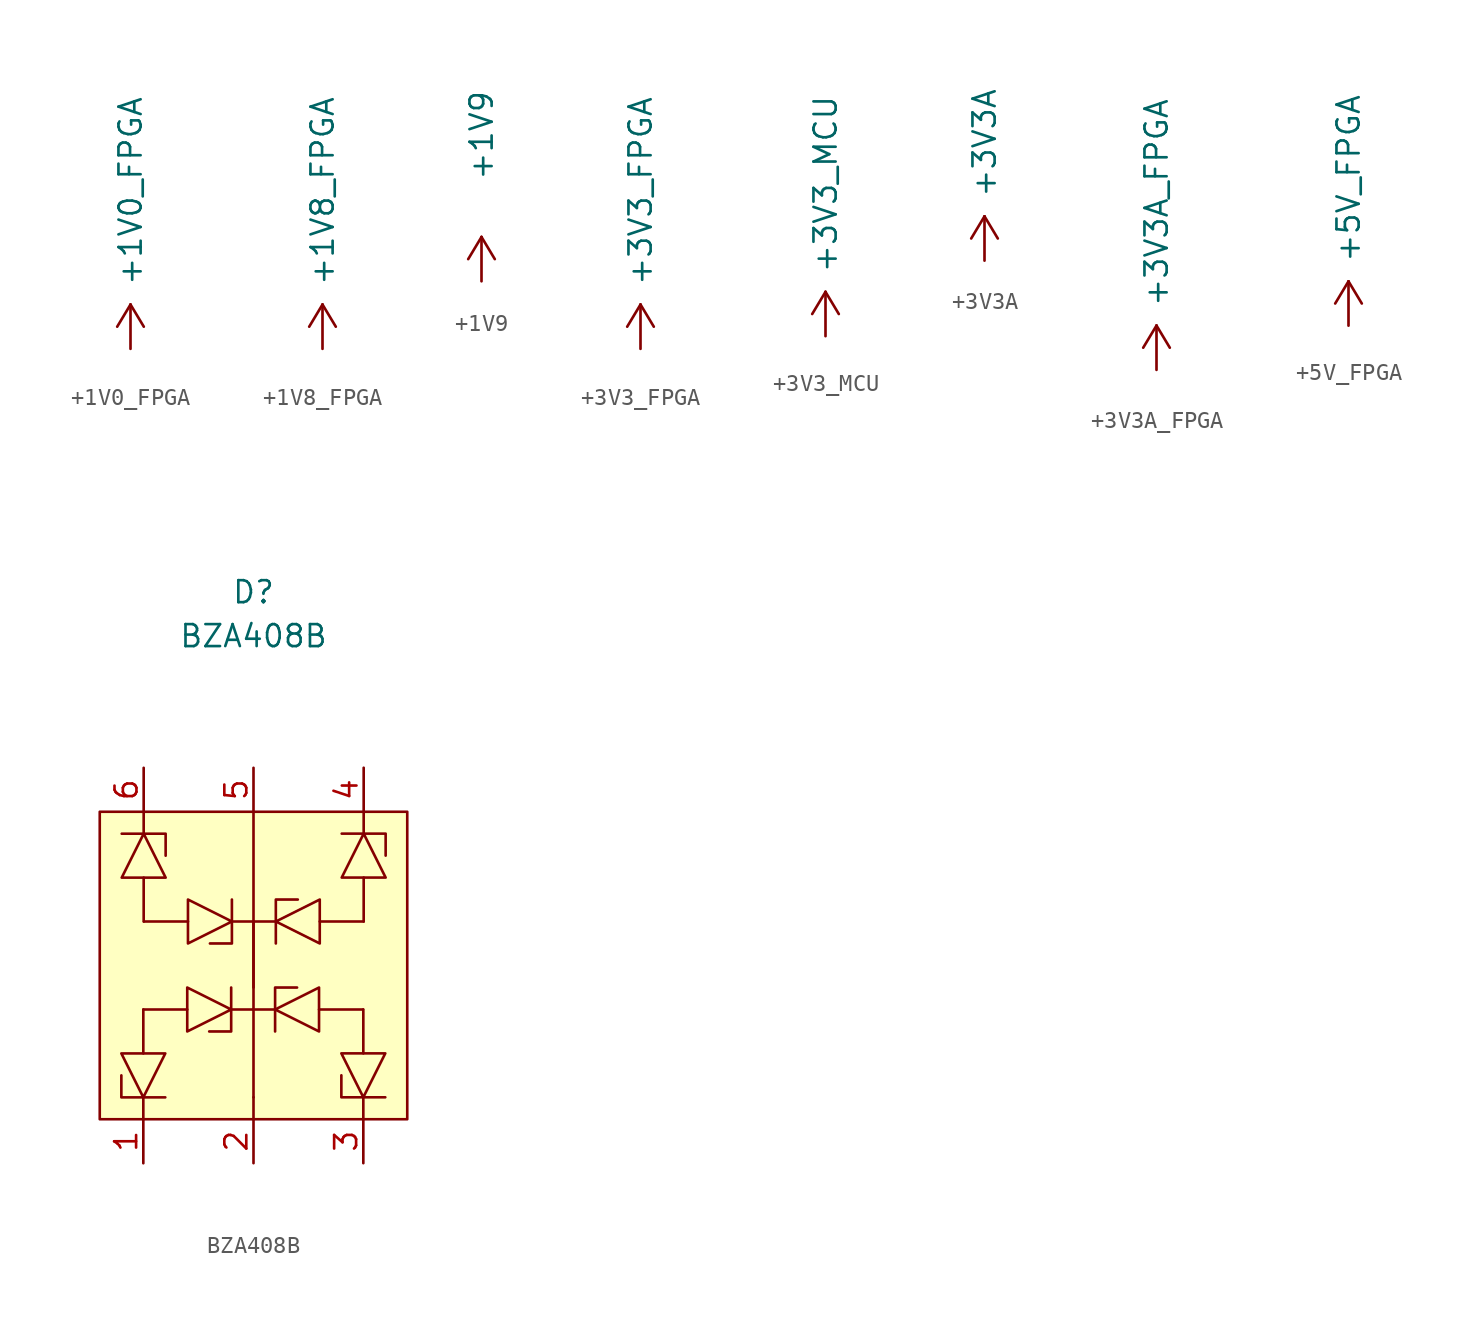
<source format=kicad_sym>
(kicad_symbol_lib
  (version 20211014)
  (generator kicad_symbol_editor)
  (symbol "+1V0_FPGA"
    (power)
    (pin_names
      (offset 0))
    (property "Reference" "#PWR"
      (at 0 -3.81 0)
      (effects (font (size 1.27 1.27)) hide))
    (property "Value" "+1V0_FPGA"
      (at 0 3.556 90)
      (effects (font (size 1.27 1.27)) (justify left)))
    (symbol "+1V0_FPGA_0_1"
      (polyline (pts (xy -0.762 1.27) (xy 0 2.54)) (stroke (width 0) (type default) (color 0 0 0 0)) (fill (type none)))
      (polyline (pts (xy 0 0) (xy 0 2.54)) (stroke (width 0) (type default) (color 0 0 0 0)) (fill (type none)))
      (polyline (pts (xy 0 2.54) (xy 0.762 1.27)) (stroke (width 0) (type default) (color 0 0 0 0)) (fill (type none))))
    (symbol "+1V0_FPGA_1_1"
      (pin power_in line (at 0 0 90) (length 0) hide (name "+1V0_FPGA" (effects (font (size 1.27 1.27)))) (number "1" (effects (font (size 1.27 1.27)))))))
  (symbol "+1V8_FPGA"
    (power)
    (pin_names
      (offset 0))
    (property "Reference" "#PWR"
      (at 0 -3.81 0)
      (effects (font (size 1.27 1.27)) hide))
    (property "Value" "+1V8_FPGA"
      (at 0 3.556 90)
      (effects (font (size 1.27 1.27)) (justify left)))
    (symbol "+1V8_FPGA_0_1"
      (polyline (pts (xy -0.762 1.27) (xy 0 2.54)) (stroke (width 0) (type default) (color 0 0 0 0)) (fill (type none)))
      (polyline (pts (xy 0 0) (xy 0 2.54)) (stroke (width 0) (type default) (color 0 0 0 0)) (fill (type none)))
      (polyline (pts (xy 0 2.54) (xy 0.762 1.27)) (stroke (width 0) (type default) (color 0 0 0 0)) (fill (type none))))
    (symbol "+1V8_FPGA_1_1"
      (pin power_in line (at 0 0 90) (length 0) hide (name "+1V8_FPGA" (effects (font (size 1.27 1.27)))) (number "1" (effects (font (size 1.27 1.27)))))))
  (symbol "+1V9"
    (power)
    (pin_names
      (offset 0))
    (property "Reference" "#PWR0136"
      (at 0 -3.81 0)
      (effects (font (size 1.27 1.27)) hide))
    (property "Value" "+1V9"
      (at 0 5.715 90)
      (effects (font (size 1.27 1.27)) (justify left)))
    (symbol "+1V9_0_1"
      (polyline (pts (xy -0.762 1.27) (xy 0 2.54)) (stroke (width 0) (type default) (color 0 0 0 0)) (fill (type none)))
      (polyline (pts (xy 0 0) (xy 0 2.54)) (stroke (width 0) (type default) (color 0 0 0 0)) (fill (type none)))
      (polyline (pts (xy 0 2.54) (xy 0.762 1.27)) (stroke (width 0) (type default) (color 0 0 0 0)) (fill (type none))))
    (symbol "+1V9_1_1"
      (pin power_in line (at 0 0 90) (length 0) hide (name "+1V9" (effects (font (size 1.27 1.27)))) (number "1" (effects (font (size 1.27 1.27)))))))
  (symbol "+3V3_FPGA"
    (power)
    (pin_names
      (offset 0))
    (property "Reference" "#PWR"
      (at 0 -3.81 0)
      (effects (font (size 1.27 1.27)) hide))
    (property "Value" "+3V3_FPGA"
      (at 0 3.556 90)
      (effects (font (size 1.27 1.27)) (justify left)))
    (symbol "+3V3_FPGA_0_1"
      (polyline (pts (xy -0.762 1.27) (xy 0 2.54)) (stroke (width 0) (type default) (color 0 0 0 0)) (fill (type none)))
      (polyline (pts (xy 0 0) (xy 0 2.54)) (stroke (width 0) (type default) (color 0 0 0 0)) (fill (type none)))
      (polyline (pts (xy 0 2.54) (xy 0.762 1.27)) (stroke (width 0) (type default) (color 0 0 0 0)) (fill (type none))))
    (symbol "+3V3_FPGA_1_1"
      (pin power_in line (at 0 0 90) (length 0) hide (name "+3V3_FPGA" (effects (font (size 1.27 1.27)))) (number "1" (effects (font (size 1.27 1.27)))))))
  (symbol "+3V3_MCU"
    (power)
    (pin_names
      (offset 0))
    (property "Reference" "#PWR"
      (at 0 -3.81 0)
      (effects (font (size 1.27 1.27)) hide))
    (property "Value" "+3V3_MCU"
      (at 0 3.556 90)
      (effects (font (size 1.27 1.27)) (justify left)))
    (symbol "+3V3_MCU_0_1"
      (polyline (pts (xy -0.762 1.27) (xy 0 2.54)) (stroke (width 0) (type default) (color 0 0 0 0)) (fill (type none)))
      (polyline (pts (xy 0 0) (xy 0 2.54)) (stroke (width 0) (type default) (color 0 0 0 0)) (fill (type none)))
      (polyline (pts (xy 0 2.54) (xy 0.762 1.27)) (stroke (width 0) (type default) (color 0 0 0 0)) (fill (type none))))
    (symbol "+3V3_MCU_1_1"
      (pin power_in line (at 0 0 90) (length 0) hide (name "+3V3_MCU" (effects (font (size 1.27 1.27)))) (number "1" (effects (font (size 1.27 1.27)))))))
  (symbol "+3V3A"
    (power)
    (pin_names
      (offset 0))
    (property "Reference" "#PWR"
      (at 0 -3.81 0)
      (effects (font (size 1.27 1.27)) hide))
    (property "Value" "+3V3A"
      (at 0 3.556 90)
      (effects (font (size 1.27 1.27)) (justify left)))
    (symbol "+3V3A_0_1"
      (polyline (pts (xy -0.762 1.27) (xy 0 2.54)) (stroke (width 0) (type default) (color 0 0 0 0)) (fill (type none)))
      (polyline (pts (xy 0 0) (xy 0 2.54)) (stroke (width 0) (type default) (color 0 0 0 0)) (fill (type none)))
      (polyline (pts (xy 0 2.54) (xy 0.762 1.27)) (stroke (width 0) (type default) (color 0 0 0 0)) (fill (type none))))
    (symbol "+3V3A_1_1"
      (pin power_in line (at 0 0 90) (length 0) hide (name "+3V3A" (effects (font (size 1.27 1.27)))) (number "1" (effects (font (size 1.27 1.27)))))))
  (symbol "+3V3A_FPGA"
    (power)
    (pin_names
      (offset 0))
    (property "Reference" "#PWR"
      (at 0 -3.81 0)
      (effects (font (size 1.27 1.27)) hide))
    (property "Value" "+3V3A_FPGA"
      (at 0 3.556 90)
      (effects (font (size 1.27 1.27)) (justify left)))
    (symbol "+3V3A_FPGA_0_1"
      (polyline (pts (xy -0.762 1.27) (xy 0 2.54)) (stroke (width 0) (type default) (color 0 0 0 0)) (fill (type none)))
      (polyline (pts (xy 0 0) (xy 0 2.54)) (stroke (width 0) (type default) (color 0 0 0 0)) (fill (type none)))
      (polyline (pts (xy 0 2.54) (xy 0.762 1.27)) (stroke (width 0) (type default) (color 0 0 0 0)) (fill (type none))))
    (symbol "+3V3A_FPGA_1_1"
      (pin power_in line (at 0 0 90) (length 0) hide (name "+3V3A_FPGA" (effects (font (size 1.27 1.27)))) (number "1" (effects (font (size 1.27 1.27)))))))
  (symbol "+5V_FPGA"
    (power)
    (pin_names
      (offset 0))
    (property "Reference" "#PWR"
      (at 0 -3.81 0)
      (effects (font (size 1.27 1.27)) hide))
    (property "Value" "+5V_FPGA"
      (at 0 3.556 90)
      (effects (font (size 1.27 1.27)) (justify left)))
    (symbol "+5V_FPGA_0_1"
      (polyline (pts (xy -0.762 1.27) (xy 0 2.54)) (stroke (width 0) (type default) (color 0 0 0 0)) (fill (type none)))
      (polyline (pts (xy 0 0) (xy 0 2.54)) (stroke (width 0) (type default) (color 0 0 0 0)) (fill (type none)))
      (polyline (pts (xy 0 2.54) (xy 0.762 1.27)) (stroke (width 0) (type default) (color 0 0 0 0)) (fill (type none))))
    (symbol "+5V_FPGA_1_1"
      (pin power_in line (at 0 0 90) (length 0) hide (name "+5V_FPGA" (effects (font (size 1.27 1.27)))) (number "1" (effects (font (size 1.27 1.27)))))))
  (symbol "BZA408B"
    (pin_names hide)
    (property "Reference" "D"
      (at 0 21.59 0)
      (effects (font (size 1.27 1.27))))
    (property "Value" "BZA408B"
      (at 0 19.05 0)
      (effects (font (size 1.27 1.27))))
    (symbol "BZA408B_0_1"
      (rectangle (start -8.89 8.89) (end 8.89 -8.89) (stroke (width 0) (type default) (color 0 0 0 0)) (fill (type background)))
      (polyline (pts (xy -6.371 -7.624) (xy -6.371 -8.894)) (stroke (width 0) (type default) (color 0 0 0 0)) (fill (type none)))
      (polyline (pts (xy -6.371 -5.084) (xy -6.371 -2.544)) (stroke (width 0) (type default) (color 0 0 0 0)) (fill (type none)))
      (polyline (pts (xy -6.35 5.08) (xy -6.35 2.54)) (stroke (width 0) (type default) (color 0 0 0 0)) (fill (type none)))
      (polyline (pts (xy -6.35 7.62) (xy -6.35 8.89)) (stroke (width 0) (type default) (color 0 0 0 0)) (fill (type none)))
      (polyline (pts (xy -3.831 -2.544) (xy -6.371 -2.544)) (stroke (width 0) (type default) (color 0 0 0 0)) (fill (type none)))
      (polyline (pts (xy -3.789 2.544) (xy -6.329 2.544)) (stroke (width 0) (type default) (color 0 0 0 0)) (fill (type none)))
      (polyline (pts (xy -1.291 -2.544) (xy -0.021 -2.544)) (stroke (width 0) (type default) (color 0 0 0 0)) (fill (type none)))
      (polyline (pts (xy -1.249 2.544) (xy 0.021 2.544)) (stroke (width 0) (type default) (color 0 0 0 0)) (fill (type none)))
      (polyline (pts (xy 0 -7.62) (xy 0 -8.89)) (stroke (width 0) (type default) (color 0 0 0 0)) (fill (type none)))
      (polyline (pts (xy 0 -7.62) (xy 0 8.89)) (stroke (width 0) (type default) (color 0 0 0 0)) (fill (type none)))
      (polyline (pts (xy 0 -1.27) (xy 0 2.54)) (stroke (width 0) (type default) (color 0 0 0 0)) (fill (type none)))
      (polyline (pts (xy 1.249 -2.544) (xy -0.021 -2.544)) (stroke (width 0) (type default) (color 0 0 0 0)) (fill (type none)))
      (polyline (pts (xy 1.291 2.544) (xy 0.021 2.544)) (stroke (width 0) (type default) (color 0 0 0 0)) (fill (type none)))
      (polyline (pts (xy 3.789 -2.544) (xy 6.329 -2.544)) (stroke (width 0) (type default) (color 0 0 0 0)) (fill (type none)))
      (polyline (pts (xy 3.831 2.544) (xy 6.371 2.544)) (stroke (width 0) (type default) (color 0 0 0 0)) (fill (type none)))
      (polyline (pts (xy 6.35 -7.62) (xy 6.35 -8.89)) (stroke (width 0) (type default) (color 0 0 0 0)) (fill (type none)))
      (polyline (pts (xy 6.35 -5.08) (xy 6.35 -2.54)) (stroke (width 0) (type default) (color 0 0 0 0)) (fill (type none)))
      (polyline (pts (xy 6.371 5.084) (xy 6.371 2.544)) (stroke (width 0) (type default) (color 0 0 0 0)) (fill (type none)))
      (polyline (pts (xy 6.371 7.624) (xy 6.371 8.894)) (stroke (width 0) (type default) (color 0 0 0 0)) (fill (type none)))
      (polyline (pts (xy -7.62 7.62) (xy -5.08 7.62) (xy -5.08 6.35)) (stroke (width 0) (type default) (color 0 0 0 0)) (fill (type none)))
      (polyline (pts (xy -5.101 -7.624) (xy -7.641 -7.624) (xy -7.641 -6.354)) (stroke (width 0) (type default) (color 0 0 0 0)) (fill (type none)))
      (polyline (pts (xy -1.291 -1.274) (xy -1.291 -3.814) (xy -2.561 -3.814)) (stroke (width 0) (type default) (color 0 0 0 0)) (fill (type none)))
      (polyline (pts (xy -1.249 3.814) (xy -1.249 1.274) (xy -2.519 1.274)) (stroke (width 0) (type default) (color 0 0 0 0)) (fill (type none)))
      (polyline (pts (xy 1.249 -3.814) (xy 1.249 -1.274) (xy 2.519 -1.274)) (stroke (width 0) (type default) (color 0 0 0 0)) (fill (type none)))
      (polyline (pts (xy 1.291 1.274) (xy 1.291 3.814) (xy 2.561 3.814)) (stroke (width 0) (type default) (color 0 0 0 0)) (fill (type none)))
      (polyline (pts (xy 5.101 7.624) (xy 7.641 7.624) (xy 7.641 6.354)) (stroke (width 0) (type default) (color 0 0 0 0)) (fill (type none)))
      (polyline (pts (xy 7.62 -7.62) (xy 5.08 -7.62) (xy 5.08 -6.35)) (stroke (width 0) (type default) (color 0 0 0 0)) (fill (type none)))
      (polyline (pts (xy -7.62 5.08) (xy -5.08 5.08) (xy -6.35 7.62) (xy -7.62 5.08)) (stroke (width 0) (type default) (color 0 0 0 0)) (fill (type none)))
      (polyline (pts (xy -5.101 -5.084) (xy -7.641 -5.084) (xy -6.371 -7.624) (xy -5.101 -5.084)) (stroke (width 0) (type default) (color 0 0 0 0)) (fill (type none)))
      (polyline (pts (xy -3.831 -1.274) (xy -3.831 -3.814) (xy -1.291 -2.544) (xy -3.831 -1.274)) (stroke (width 0) (type default) (color 0 0 0 0)) (fill (type none)))
      (polyline (pts (xy -3.789 3.814) (xy -3.789 1.274) (xy -1.249 2.544) (xy -3.789 3.814)) (stroke (width 0) (type default) (color 0 0 0 0)) (fill (type none)))
      (polyline (pts (xy 3.789 -3.814) (xy 3.789 -1.274) (xy 1.249 -2.544) (xy 3.789 -3.814)) (stroke (width 0) (type default) (color 0 0 0 0)) (fill (type none)))
      (polyline (pts (xy 3.831 1.274) (xy 3.831 3.814) (xy 1.291 2.544) (xy 3.831 1.274)) (stroke (width 0) (type default) (color 0 0 0 0)) (fill (type none)))
      (polyline (pts (xy 5.101 5.084) (xy 7.641 5.084) (xy 6.371 7.624) (xy 5.101 5.084)) (stroke (width 0) (type default) (color 0 0 0 0)) (fill (type none)))
      (polyline (pts (xy 7.62 -5.08) (xy 5.08 -5.08) (xy 6.35 -7.62) (xy 7.62 -5.08)) (stroke (width 0) (type default) (color 0 0 0 0)) (fill (type none))))
    (symbol "BZA408B_1_1"
      (pin passive line (at -6.371 -11.434 90) (length 2.54) (name "" (effects (font (size 1.27 1.27)))) (number "1" (effects (font (size 1.27 1.27)))))
      (pin power_in line (at 0 -11.43 90) (length 2.54) (name "" (effects (font (size 1.27 1.27)))) (number "2" (effects (font (size 1.27 1.27)))))
      (pin passive line (at 6.35 -11.43 90) (length 2.54) (name "" (effects (font (size 1.27 1.27)))) (number "3" (effects (font (size 1.27 1.27)))))
      (pin passive line (at 6.371 11.434 270) (length 2.54) (name "" (effects (font (size 1.27 1.27)))) (number "4" (effects (font (size 1.27 1.27)))))
      (pin power_in line (at 0 11.43 270) (length 2.54) (name "" (effects (font (size 1.27 1.27)))) (number "5" (effects (font (size 1.27 1.27)))))
      (pin passive line (at -6.35 11.43 270) (length 2.54) (name "" (effects (font (size 1.27 1.27)))) (number "6" (effects (font (size 1.27 1.27))))))))
</source>
